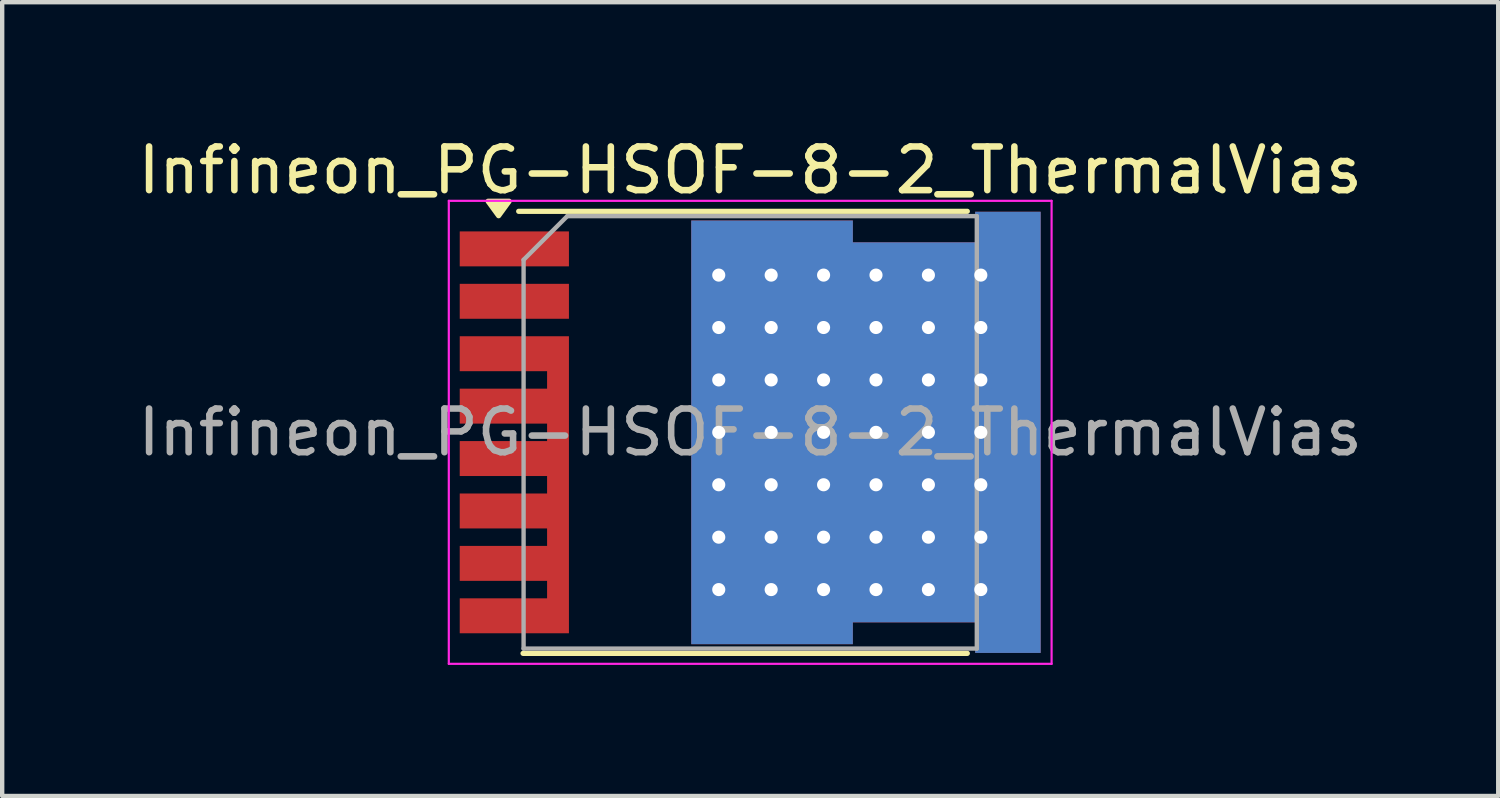
<source format=kicad_pcb>
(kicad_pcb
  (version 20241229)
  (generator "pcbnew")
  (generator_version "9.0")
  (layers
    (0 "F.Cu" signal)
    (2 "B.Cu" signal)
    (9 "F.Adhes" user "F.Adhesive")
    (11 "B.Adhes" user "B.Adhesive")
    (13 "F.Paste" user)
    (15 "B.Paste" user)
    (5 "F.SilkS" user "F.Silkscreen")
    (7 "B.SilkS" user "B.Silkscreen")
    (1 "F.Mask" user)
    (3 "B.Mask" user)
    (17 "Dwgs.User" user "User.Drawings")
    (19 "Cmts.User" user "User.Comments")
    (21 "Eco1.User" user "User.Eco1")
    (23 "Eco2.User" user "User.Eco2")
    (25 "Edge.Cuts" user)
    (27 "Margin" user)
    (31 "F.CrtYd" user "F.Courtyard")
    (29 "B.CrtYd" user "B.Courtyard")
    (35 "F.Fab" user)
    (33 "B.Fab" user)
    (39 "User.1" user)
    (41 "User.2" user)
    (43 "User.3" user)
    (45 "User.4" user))
  (footprint "Infineon_PG-HSOF-8-2_ThermalVias"
    (layer "F.Cu")
    (at 14.125 6.848)
    (property "Reference" "Infineon_PG-HSOF-8-2_ThermalVias" (at 0 -6 0) (layer "F.SilkS") (effects (font (size 1 1) (thickness 0.15))))
    (attr smd)
    (fp_line (start -5.3 -5.06) (end 4.97 -5.06) (stroke (width 0.12) (type solid)) (layer "F.SilkS"))
    (fp_line (start -5.2 5.06) (end 4.97 5.06) (stroke (width 0.12) (type solid)) (layer "F.SilkS"))
    (fp_poly (pts (xy -5.76 -4.96) (xy -5.52 -5.29) (xy -6 -5.29) (xy -5.76 -4.96)) (stroke (width 0.12) (type solid)) (fill yes) (layer "F.SilkS"))
    (fp_line (start -6.9 5.3) (end -6.9 -5.3) (stroke (width 0.05) (type solid)) (layer "F.CrtYd"))
    (fp_line (start -6.9 5.3) (end 6.9 5.3) (stroke (width 0.05) (type solid)) (layer "F.CrtYd"))
    (fp_line (start 6.9 -5.3) (end -6.9 -5.3) (stroke (width 0.05) (type solid)) (layer "F.CrtYd"))
    (fp_line (start 6.9 -5.3) (end 6.9 5.3) (stroke (width 0.05) (type solid)) (layer "F.CrtYd"))
    (fp_line (start -5.188 4.95) (end -5.188 -3.95) (stroke (width 0.1) (type solid)) (layer "F.Fab"))
    (fp_line (start -4.188 -4.95) (end -5.188 -3.95) (stroke (width 0.1) (type solid)) (layer "F.Fab"))
    (fp_line (start -4.188 -4.95) (end 5.188 -4.95) (stroke (width 0.1) (type solid)) (layer "F.Fab"))
    (fp_line (start 5.188 -4.95) (end 5.188 4.95) (stroke (width 0.1) (type solid)) (layer "F.Fab"))
    (fp_line (start 5.188 4.95) (end -5.188 4.95) (stroke (width 0.1) (type solid)) (layer "F.Fab"))
    (fp_text user "${REFERENCE}" (at 0 0 0) (layer "F.Fab") (effects (font (size 1 1) (thickness 0.15))))
    (pad "" smd rect (at -5.4 -4.2) (size 2.35 0.7) (layers "F.Paste"))
    (pad "" smd rect (at -5.4 -3) (size 2.35 0.7) (layers "F.Paste"))
    (pad "" smd rect (at -5.4 -1.8) (size 2.35 0.7) (layers "F.Paste"))
    (pad "" smd rect (at -5.4 -0.6) (size 2.35 0.7) (layers "F.Paste"))
    (pad "" smd rect (at -5.4 0.6) (size 2.35 0.7) (layers "F.Paste"))
    (pad "" smd rect (at -5.4 1.8) (size 2.35 0.7) (layers "F.Paste"))
    (pad "" smd rect (at -5.4 3) (size 2.35 0.7) (layers "F.Paste"))
    (pad "" smd rect (at -5.4 4.2) (size 2.35 0.7) (layers "F.Paste"))
    (pad "" smd circle (at -0.12 -4.2) (size 1 1) (layers "F.Paste"))
    (pad "" smd circle (at -0.12 -3) (size 1 1) (layers "F.Paste"))
    (pad "" smd circle (at -0.12 -1.8) (size 1 1) (layers "F.Paste"))
    (pad "" smd circle (at -0.12 -0.6) (size 1 1) (layers "F.Paste"))
    (pad "" smd circle (at -0.12 0.6) (size 1 1) (layers "F.Paste"))
    (pad "" smd circle (at -0.12 1.8) (size 1 1) (layers "F.Paste"))
    (pad "" smd circle (at -0.12 3) (size 1 1) (layers "F.Paste"))
    (pad "" smd circle (at -0.12 4.2) (size 1 1) (layers "F.Paste"))
    (pad "" smd circle (at 1.08 -4.2) (size 1 1) (layers "F.Paste"))
    (pad "" smd circle (at 1.08 -3) (size 1 1) (layers "F.Paste"))
    (pad "" smd circle (at 1.08 -1.8) (size 1 1) (layers "F.Paste"))
    (pad "" smd circle (at 1.08 -0.6) (size 1 1) (layers "F.Paste"))
    (pad "" smd circle (at 1.08 0.6) (size 1 1) (layers "F.Paste"))
    (pad "" smd circle (at 1.08 1.8) (size 1 1) (layers "F.Paste"))
    (pad "" smd circle (at 1.08 3) (size 1 1) (layers "F.Paste"))
    (pad "" smd circle (at 1.08 4.2) (size 1 1) (layers "F.Paste"))
    (pad "" smd circle (at 2.28 -3) (size 1 1) (layers "F.Paste"))
    (pad "" smd circle (at 2.28 -1.8) (size 1 1) (layers "F.Paste"))
    (pad "" smd circle (at 2.28 -0.6) (size 1 1) (layers "F.Paste"))
    (pad "" smd circle (at 2.28 0.6) (size 1 1) (layers "F.Paste"))
    (pad "" smd circle (at 2.28 1.8) (size 1 1) (layers "F.Paste"))
    (pad "" smd circle (at 2.28 3) (size 1 1) (layers "F.Paste"))
    (pad "" smd circle (at 3.48 -3) (size 1 1) (layers "F.Paste"))
    (pad "" smd circle (at 3.48 -1.8) (size 1 1) (layers "F.Paste"))
    (pad "" smd circle (at 3.48 -0.6) (size 1 1) (layers "F.Paste"))
    (pad "" smd circle (at 3.48 0.6) (size 1 1) (layers "F.Paste"))
    (pad "" smd circle (at 3.48 1.8) (size 1 1) (layers "F.Paste"))
    (pad "" smd circle (at 3.48 3) (size 1 1) (layers "F.Paste"))
    (pad "" smd circle (at 4.68 -3) (size 1 1) (layers "F.Paste"))
    (pad "" smd circle (at 4.68 -1.8) (size 1 1) (layers "F.Paste"))
    (pad "" smd circle (at 4.68 -0.6) (size 1 1) (layers "F.Paste"))
    (pad "" smd circle (at 4.68 0.6) (size 1 1) (layers "F.Paste"))
    (pad "" smd circle (at 4.68 1.8) (size 1 1) (layers "F.Paste"))
    (pad "" smd circle (at 4.68 3) (size 1 1) (layers "F.Paste"))
    (pad "" smd circle (at 5.88 -4.2) (size 1 1) (layers "F.Paste"))
    (pad "" smd circle (at 5.88 -3) (size 1 1) (layers "F.Paste"))
    (pad "" smd circle (at 5.88 -1.8) (size 1 1) (layers "F.Paste"))
    (pad "" smd circle (at 5.88 -0.6) (size 1 1) (layers "F.Paste"))
    (pad "" smd circle (at 5.88 0.6) (size 1 1) (layers "F.Paste"))
    (pad "" smd circle (at 5.88 1.8) (size 1 1) (layers "F.Paste"))
    (pad "" smd circle (at 5.88 3) (size 1 1) (layers "F.Paste"))
    (pad "" smd circle (at 5.88 4.2) (size 1 1) (layers "F.Paste"))
    (pad "1" smd rect (at -5.4 -4.2) (size 2.5 0.8) (layers "F.Cu" "F.Mask"))
    (pad "2" smd rect (at -5.4 -3) (size 2.5 0.8) (layers "F.Cu" "F.Mask"))
    (pad "3" smd custom (at -4.4 1.2) (size 0.5 6.8) (layers "F.Cu" "F.Mask") (options (anchor rect)) (primitives (gr_poly (pts (xy -0.25 -2.6) (xy -2.25 -2.6) (xy -2.25 -3.4) (xy -0.25 -3.4)) (width 0) (fill yes)) (gr_poly (pts (xy -0.25 -1.4) (xy -2.25 -1.4) (xy -2.25 -2.2) (xy -0.25 -2.2)) (width 0) (fill yes)) (gr_poly (pts (xy -0.25 -0.2) (xy -2.25 -0.2) (xy -2.25 -1) (xy -0.25 -1)) (width 0) (fill yes)) (gr_poly (pts (xy -0.25 1) (xy -2.25 1) (xy -2.25 0.2) (xy -0.25 0.2)) (width 0) (fill yes)) (gr_poly (pts (xy -0.25 2.2) (xy -2.25 2.2) (xy -2.25 1.4) (xy -0.25 1.4)) (width 0) (fill yes)) (gr_poly (pts (xy -0.25 3.4) (xy -2.25 3.4) (xy -2.25 2.6) (xy -0.25 2.6)) (width 0) (fill yes))))
    (pad "4" thru_hole circle (at -0.72 -3.6) (size 0.6 0.6) (drill 0.3) (layers "*.Cu"))
    (pad "4" thru_hole circle (at -0.72 -2.4) (size 0.6 0.6) (drill 0.3) (layers "*.Cu"))
    (pad "4" thru_hole circle (at -0.72 -1.2) (size 0.6 0.6) (drill 0.3) (layers "*.Cu"))
    (pad "4" thru_hole circle (at -0.72 0) (size 0.6 0.6) (drill 0.3) (layers "*.Cu"))
    (pad "4" thru_hole circle (at -0.72 1.2) (size 0.6 0.6) (drill 0.3) (layers "*.Cu"))
    (pad "4" thru_hole circle (at -0.72 2.4) (size 0.6 0.6) (drill 0.3) (layers "*.Cu"))
    (pad "4" thru_hole circle (at -0.72 3.6) (size 0.6 0.6) (drill 0.3) (layers "*.Cu"))
    (pad "4" thru_hole circle (at 0.48 -3.6) (size 0.6 0.6) (drill 0.3) (layers "*.Cu"))
    (pad "4" thru_hole circle (at 0.48 -2.4) (size 0.6 0.6) (drill 0.3) (layers "*.Cu"))
    (pad "4" thru_hole circle (at 0.48 -1.2) (size 0.6 0.6) (drill 0.3) (layers "*.Cu"))
    (pad "4" thru_hole circle (at 0.48 0) (size 0.6 0.6) (drill 0.3) (layers "*.Cu"))
    (pad "4" thru_hole circle (at 0.48 1.2) (size 0.6 0.6) (drill 0.3) (layers "*.Cu"))
    (pad "4" thru_hole circle (at 0.48 2.4) (size 0.6 0.6) (drill 0.3) (layers "*.Cu"))
    (pad "4" thru_hole circle (at 0.48 3.6) (size 0.6 0.6) (drill 0.3) (layers "*.Cu"))
    (pad "4" thru_hole circle (at 1.68 -3.6) (size 0.6 0.6) (drill 0.3) (layers "*.Cu"))
    (pad "4" thru_hole circle (at 1.68 -2.4) (size 0.6 0.6) (drill 0.3) (layers "*.Cu"))
    (pad "4" thru_hole circle (at 1.68 -1.2) (size 0.6 0.6) (drill 0.3) (layers "*.Cu"))
    (pad "4" thru_hole circle (at 1.68 0) (size 0.6 0.6) (drill 0.3) (layers "*.Cu"))
    (pad "4" thru_hole circle (at 1.68 1.2) (size 0.6 0.6) (drill 0.3) (layers "*.Cu"))
    (pad "4" thru_hole circle (at 1.68 2.4) (size 0.6 0.6) (drill 0.3) (layers "*.Cu"))
    (pad "4" thru_hole circle (at 1.68 3.6) (size 0.6 0.6) (drill 0.3) (layers "*.Cu"))
    (pad "4" thru_hole circle (at 2.88 -3.6) (size 0.6 0.6) (drill 0.3) (layers "*.Cu"))
    (pad "4" thru_hole circle (at 2.88 -2.4) (size 0.6 0.6) (drill 0.3) (layers "*.Cu"))
    (pad "4" thru_hole circle (at 2.88 -1.2) (size 0.6 0.6) (drill 0.3) (layers "*.Cu"))
    (pad "4" thru_hole circle (at 2.88 0) (size 0.6 0.6) (drill 0.3) (layers "*.Cu"))
    (pad "4" thru_hole circle (at 2.88 1.2) (size 0.6 0.6) (drill 0.3) (layers "*.Cu"))
    (pad "4" thru_hole circle (at 2.88 2.4) (size 0.6 0.6) (drill 0.3) (layers "*.Cu"))
    (pad "4" thru_hole circle (at 2.88 3.6) (size 0.6 0.6) (drill 0.3) (layers "*.Cu"))
    (pad "4" smd custom (at 3.75 0) (size 2.8 8.7) (layers "F.Cu" "F.Mask") (options (anchor rect)) (primitives (gr_poly (pts (xy 2.9 5.05) (xy 1.4 5.05) (xy 1.4 -5.05) (xy 2.9 -5.05)) (width 0) (fill yes)) (gr_poly (pts (xy -1.4 4.85) (xy -5.1 4.85) (xy -5.1 -4.85) (xy -1.4 -4.85)) (width 0) (fill yes))))
    (pad "4" smd custom (at 3.75 0) (size 2.8 8.7) (layers "B.Cu") (options (anchor rect)) (primitives (gr_poly (pts (xy 2.9 5.05) (xy 1.4 5.05) (xy 1.4 -5.05) (xy 2.9 -5.05)) (width 0) (fill yes)) (gr_poly (pts (xy -1.4 4.85) (xy -5.1 4.85) (xy -5.1 -4.85) (xy -1.4 -4.85)) (width 0) (fill yes))))
    (pad "4" thru_hole circle (at 4.08 -3.6) (size 0.6 0.6) (drill 0.3) (layers "*.Cu"))
    (pad "4" thru_hole circle (at 4.08 -2.4) (size 0.6 0.6) (drill 0.3) (layers "*.Cu"))
    (pad "4" thru_hole circle (at 4.08 -1.2) (size 0.6 0.6) (drill 0.3) (layers "*.Cu"))
    (pad "4" thru_hole circle (at 4.08 0) (size 0.6 0.6) (drill 0.3) (layers "*.Cu"))
    (pad "4" thru_hole circle (at 4.08 1.2) (size 0.6 0.6) (drill 0.3) (layers "*.Cu"))
    (pad "4" thru_hole circle (at 4.08 2.4) (size 0.6 0.6) (drill 0.3) (layers "*.Cu"))
    (pad "4" thru_hole circle (at 4.08 3.6) (size 0.6 0.6) (drill 0.3) (layers "*.Cu"))
    (pad "4" thru_hole circle (at 5.28 -3.6) (size 0.6 0.6) (drill 0.3) (layers "*.Cu"))
    (pad "4" thru_hole circle (at 5.28 -2.4) (size 0.6 0.6) (drill 0.3) (layers "*.Cu"))
    (pad "4" thru_hole circle (at 5.28 -1.2) (size 0.6 0.6) (drill 0.3) (layers "*.Cu"))
    (pad "4" thru_hole circle (at 5.28 0) (size 0.6 0.6) (drill 0.3) (layers "*.Cu"))
    (pad "4" thru_hole circle (at 5.28 1.2) (size 0.6 0.6) (drill 0.3) (layers "*.Cu"))
    (pad "4" thru_hole circle (at 5.28 2.4) (size 0.6 0.6) (drill 0.3) (layers "*.Cu"))
    (pad "4" thru_hole circle (at 5.28 3.6) (size 0.6 0.6) (drill 0.3) (layers "*.Cu")))
  (gr_rect
    (start -3 -3)
    (end 31.25 15.173)
    (stroke (width 0.1) (type default))
    (fill no)
    (layer "Edge.Cuts")))
</source>
